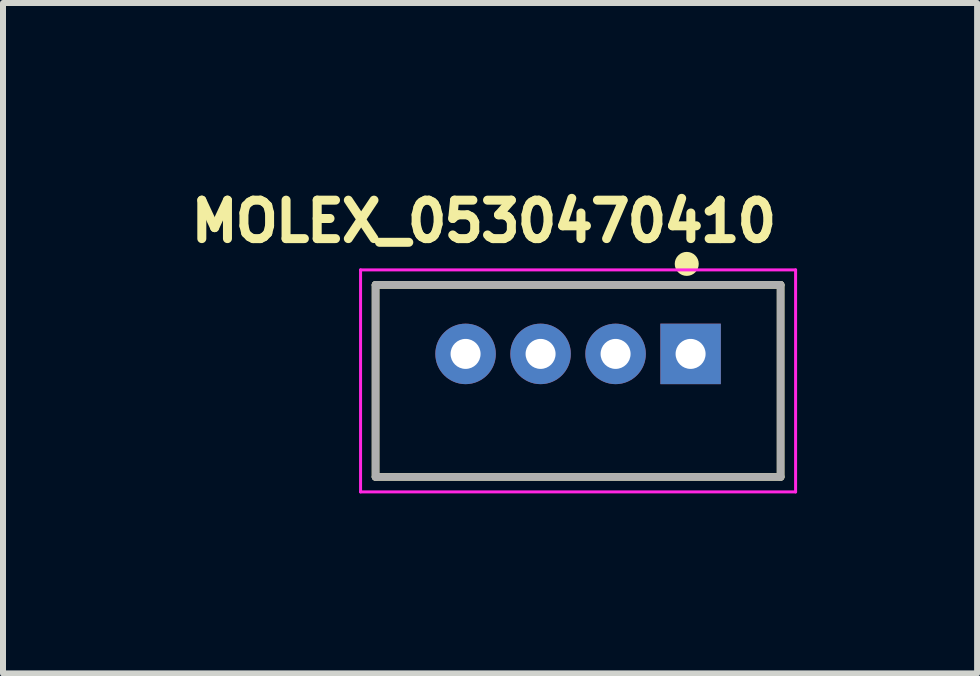
<source format=kicad_pcb>
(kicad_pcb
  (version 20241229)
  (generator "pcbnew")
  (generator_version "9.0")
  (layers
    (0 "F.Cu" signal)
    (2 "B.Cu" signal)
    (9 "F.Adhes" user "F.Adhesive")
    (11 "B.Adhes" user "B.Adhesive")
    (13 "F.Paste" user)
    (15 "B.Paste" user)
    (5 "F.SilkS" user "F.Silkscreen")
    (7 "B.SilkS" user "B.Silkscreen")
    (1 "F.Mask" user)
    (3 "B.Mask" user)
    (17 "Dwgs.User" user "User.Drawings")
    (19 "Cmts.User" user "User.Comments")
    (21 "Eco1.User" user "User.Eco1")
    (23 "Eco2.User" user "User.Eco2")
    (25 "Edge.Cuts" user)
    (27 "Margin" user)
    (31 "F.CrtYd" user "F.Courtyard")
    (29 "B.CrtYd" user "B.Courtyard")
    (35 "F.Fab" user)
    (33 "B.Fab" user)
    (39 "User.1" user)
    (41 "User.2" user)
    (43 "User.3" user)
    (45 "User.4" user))
  (footprint "MOLEX_0530470410"
    (layer "F.Cu")
    (at 6.584 2.848)
    (property "Reference" "MOLEX_0530470410" (at -1.57 -2.21 0) (layer "F.SilkS") (effects (font (size 0.641 0.641) (thickness 0.15))))
    (attr through_hole)
    (fp_line (start -3.375 -1.15) (end 3.375 -1.15) (stroke (width 0.127) (type solid)) (layer "F.SilkS"))
    (fp_line (start -3.375 2.05) (end -3.375 -1.15) (stroke (width 0.127) (type solid)) (layer "F.SilkS"))
    (fp_line (start 3.375 -1.15) (end 3.375 2.05) (stroke (width 0.127) (type solid)) (layer "F.SilkS"))
    (fp_line (start 3.375 2.05) (end -3.375 2.05) (stroke (width 0.127) (type solid)) (layer "F.SilkS"))
    (fp_circle (center 1.811 -1.5) (end 1.911 -1.5) (stroke (width 0.2) (type solid)) (fill no) (layer "F.SilkS"))
    (fp_line (start -3.625 -1.4) (end 3.625 -1.4) (stroke (width 0.05) (type solid)) (layer "F.CrtYd"))
    (fp_line (start -3.625 2.3) (end -3.625 -1.4) (stroke (width 0.05) (type solid)) (layer "F.CrtYd"))
    (fp_line (start 3.625 -1.4) (end 3.625 2.3) (stroke (width 0.05) (type solid)) (layer "F.CrtYd"))
    (fp_line (start 3.625 2.3) (end -3.625 2.3) (stroke (width 0.05) (type solid)) (layer "F.CrtYd"))
    (fp_line (start -3.375 -1.15) (end 3.375 -1.15) (stroke (width 0.127) (type solid)) (layer "F.Fab"))
    (fp_line (start -3.375 2.05) (end -3.375 -1.15) (stroke (width 0.127) (type solid)) (layer "F.Fab"))
    (fp_line (start 3.375 -1.15) (end 3.375 2.05) (stroke (width 0.127) (type solid)) (layer "F.Fab"))
    (fp_line (start 3.375 2.05) (end -3.375 2.05) (stroke (width 0.127) (type solid)) (layer "F.Fab"))
    (pad "1" thru_hole rect (at 1.875 0) (size 1.008 1.008) (drill 0.5) (layers "*.Cu" "*.Mask"))
    (pad "2" thru_hole circle (at 0.625 0) (size 1.008 1.008) (drill 0.5) (layers "*.Cu" "*.Mask"))
    (pad "3" thru_hole circle (at -0.625 0) (size 1.008 1.008) (drill 0.5) (layers "*.Cu" "*.Mask"))
    (pad "4" thru_hole circle (at -1.875 0) (size 1.008 1.008) (drill 0.5) (layers "*.Cu" "*.Mask")))
  (gr_rect
    (start -3 -3)
    (end 13.234 8.173)
    (stroke (width 0.1) (type default))
    (fill no)
    (layer "Edge.Cuts")))
</source>
